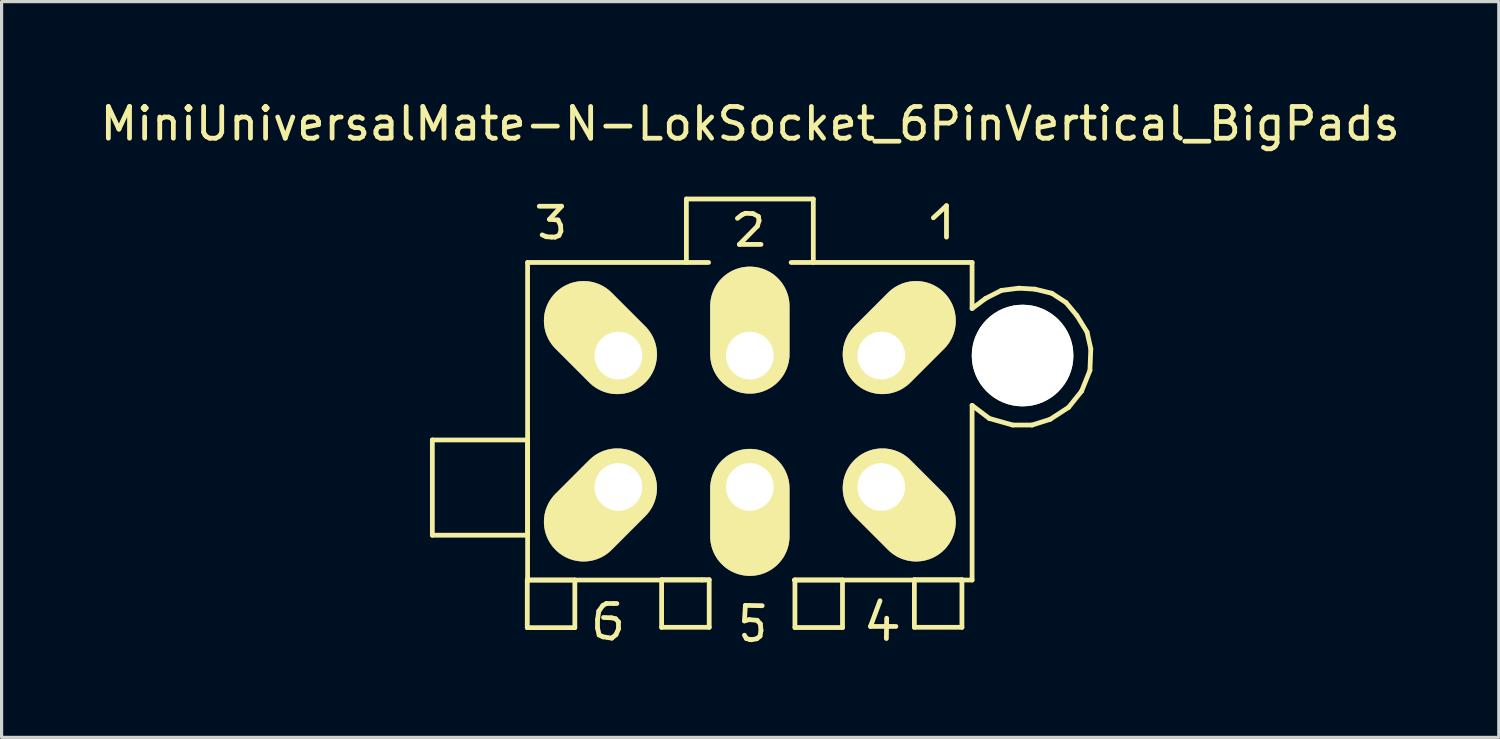
<source format=kicad_pcb>
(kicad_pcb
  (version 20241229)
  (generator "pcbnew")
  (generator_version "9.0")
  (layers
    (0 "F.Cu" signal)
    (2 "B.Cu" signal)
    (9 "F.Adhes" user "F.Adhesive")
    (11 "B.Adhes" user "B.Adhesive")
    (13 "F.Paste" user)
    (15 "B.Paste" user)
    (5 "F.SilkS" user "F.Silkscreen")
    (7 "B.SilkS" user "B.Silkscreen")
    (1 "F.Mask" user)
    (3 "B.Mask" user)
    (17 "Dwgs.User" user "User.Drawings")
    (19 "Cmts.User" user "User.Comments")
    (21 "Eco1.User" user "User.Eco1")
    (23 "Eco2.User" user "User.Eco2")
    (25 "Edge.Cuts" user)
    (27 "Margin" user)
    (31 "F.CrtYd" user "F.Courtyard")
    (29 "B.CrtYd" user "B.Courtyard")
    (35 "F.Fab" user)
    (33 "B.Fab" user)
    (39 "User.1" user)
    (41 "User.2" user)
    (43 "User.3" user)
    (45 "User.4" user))
  (footprint "MiniUniversalMate-N-LokSocket_6PinVertical_BigPads"
    (layer "F.Cu")
    (at 20.567 10.218)
    (property "Reference" "MiniUniversalMate-N-LokSocket_6PinVertical_BigPads" (at 0.01 -9.37 0) (layer "F.SilkS") (effects (font (size 1 1) (thickness 0.15))))
    (attr through_hole)
    (fp_line (start -10 0.589) (end -7 0.589) (stroke (width 0.15) (type solid)) (layer "F.SilkS"))
    (fp_line (start -10 3.589) (end -10 0.589) (stroke (width 0.15) (type solid)) (layer "F.SilkS"))
    (fp_line (start -7.01 5.001) (end -5.512 5.001) (stroke (width 0.15) (type solid)) (layer "F.SilkS"))
    (fp_line (start -7.01 6.5) (end -7.01 5.001) (stroke (width 0.15) (type solid)) (layer "F.SilkS"))
    (fp_line (start -7 0.589) (end -7 3.589) (stroke (width 0.15) (type solid)) (layer "F.SilkS"))
    (fp_line (start -7 3.589) (end -10 3.589) (stroke (width 0.15) (type solid)) (layer "F.SilkS"))
    (fp_line (start -7 5.001) (end -7 -5.001) (stroke (width 0.15) (type solid)) (layer "F.SilkS"))
    (fp_line (start -7 5.001) (end -1.501 5.001) (stroke (width 0.15) (type solid)) (layer "F.SilkS"))
    (fp_line (start -6.632 -6.772) (end -5.931 -6.772) (stroke (width 0.15) (type solid)) (layer "F.SilkS"))
    (fp_line (start -6.411 -5.812) (end -6.54 -5.87) (stroke (width 0.15) (type solid)) (layer "F.SilkS"))
    (fp_line (start -6.312 -6.36) (end -6.043 -6.34) (stroke (width 0.15) (type solid)) (layer "F.SilkS"))
    (fp_line (start -6.241 -5.801) (end -6.411 -5.812) (stroke (width 0.15) (type solid)) (layer "F.SilkS"))
    (fp_line (start -6.132 -5.801) (end -6.241 -5.801) (stroke (width 0.15) (type solid)) (layer "F.SilkS"))
    (fp_line (start -6.043 -6.34) (end -5.961 -6.172) (stroke (width 0.15) (type solid)) (layer "F.SilkS"))
    (fp_line (start -6.012 -5.852) (end -6.132 -5.801) (stroke (width 0.15) (type solid)) (layer "F.SilkS"))
    (fp_line (start -5.961 -6.172) (end -5.951 -5.982) (stroke (width 0.15) (type solid)) (layer "F.SilkS"))
    (fp_line (start -5.951 -5.982) (end -6.012 -5.852) (stroke (width 0.15) (type solid)) (layer "F.SilkS"))
    (fp_line (start -5.931 -6.772) (end -6.312 -6.36) (stroke (width 0.15) (type solid)) (layer "F.SilkS"))
    (fp_line (start -5.512 5.001) (end -5.512 6.5) (stroke (width 0.15) (type solid)) (layer "F.SilkS"))
    (fp_line (start -5.512 6.5) (end -7.01 6.5) (stroke (width 0.15) (type solid)) (layer "F.SilkS"))
    (fp_line (start -4.798 6.251) (end -4.798 6.51) (stroke (width 0.15) (type solid)) (layer "F.SilkS"))
    (fp_line (start -4.798 6.51) (end -4.747 6.731) (stroke (width 0.15) (type solid)) (layer "F.SilkS"))
    (fp_line (start -4.757 5.979) (end -4.798 6.251) (stroke (width 0.15) (type solid)) (layer "F.SilkS"))
    (fp_line (start -4.747 6.731) (end -4.628 6.789) (stroke (width 0.15) (type solid)) (layer "F.SilkS"))
    (fp_line (start -4.628 5.801) (end -4.757 5.979) (stroke (width 0.15) (type solid)) (layer "F.SilkS"))
    (fp_line (start -4.628 6.789) (end -4.348 6.83) (stroke (width 0.15) (type solid)) (layer "F.SilkS"))
    (fp_line (start -4.519 5.74) (end -4.628 5.801) (stroke (width 0.15) (type solid)) (layer "F.SilkS"))
    (fp_line (start -4.359 6.19) (end -4.608 6.18) (stroke (width 0.15) (type solid)) (layer "F.SilkS"))
    (fp_line (start -4.348 6.83) (end -4.216 6.721) (stroke (width 0.15) (type solid)) (layer "F.SilkS"))
    (fp_line (start -4.288 5.74) (end -4.519 5.74) (stroke (width 0.15) (type solid)) (layer "F.SilkS"))
    (fp_line (start -4.227 6.22) (end -4.359 6.19) (stroke (width 0.15) (type solid)) (layer "F.SilkS"))
    (fp_line (start -4.216 6.721) (end -4.138 6.54) (stroke (width 0.15) (type solid)) (layer "F.SilkS"))
    (fp_line (start -4.188 5.74) (end -4.288 5.74) (stroke (width 0.15) (type solid)) (layer "F.SilkS"))
    (fp_line (start -4.138 6.32) (end -4.227 6.22) (stroke (width 0.15) (type solid)) (layer "F.SilkS"))
    (fp_line (start -4.138 6.54) (end -4.138 6.32) (stroke (width 0.15) (type solid)) (layer "F.SilkS"))
    (fp_line (start -2.779 4.991) (end -1.28 4.991) (stroke (width 0.15) (type solid)) (layer "F.SilkS"))
    (fp_line (start -2.779 6.49) (end -2.779 4.991) (stroke (width 0.15) (type solid)) (layer "F.SilkS"))
    (fp_line (start -1.999 -7) (end -1.999 -5.001) (stroke (width 0.15) (type solid)) (layer "F.SilkS"))
    (fp_line (start -1.501 5.001) (end -1.4 5.001) (stroke (width 0.15) (type solid)) (layer "F.SilkS"))
    (fp_line (start -1.3 -5.001) (end -7 -5.001) (stroke (width 0.15) (type solid)) (layer "F.SilkS"))
    (fp_line (start -1.28 4.991) (end -1.28 6.49) (stroke (width 0.15) (type solid)) (layer "F.SilkS"))
    (fp_line (start -1.28 6.49) (end -2.779 6.49) (stroke (width 0.15) (type solid)) (layer "F.SilkS"))
    (fp_line (start -0.391 -6.391) (end -0.251 -6.5) (stroke (width 0.15) (type solid)) (layer "F.SilkS"))
    (fp_line (start -0.33 -5.57) (end 0.351 -5.57) (stroke (width 0.15) (type solid)) (layer "F.SilkS"))
    (fp_line (start -0.251 -6.5) (end -0.14 -6.551) (stroke (width 0.15) (type solid)) (layer "F.SilkS"))
    (fp_line (start -0.17 6.289) (end -0.02 6.248) (stroke (width 0.15) (type solid)) (layer "F.SilkS"))
    (fp_line (start -0.14 -6.551) (end 0.099 -6.54) (stroke (width 0.15) (type solid)) (layer "F.SilkS"))
    (fp_line (start -0.14 5.799) (end -0.17 6.289) (stroke (width 0.15) (type solid)) (layer "F.SilkS"))
    (fp_line (start -0.112 6.84) (end -0.17 6.739) (stroke (width 0.15) (type solid)) (layer "F.SilkS"))
    (fp_line (start -0.02 6.248) (end 0.229 6.269) (stroke (width 0.15) (type solid)) (layer "F.SilkS"))
    (fp_line (start -0.01 6.871) (end -0.112 6.84) (stroke (width 0.15) (type solid)) (layer "F.SilkS"))
    (fp_line (start 0.048 6.881) (end -0.01 6.871) (stroke (width 0.15) (type solid)) (layer "F.SilkS"))
    (fp_line (start 0.099 -6.54) (end 0.269 -6.449) (stroke (width 0.15) (type solid)) (layer "F.SilkS"))
    (fp_line (start 0.218 6.85) (end 0.048 6.881) (stroke (width 0.15) (type solid)) (layer "F.SilkS"))
    (fp_line (start 0.229 6.269) (end 0.33 6.38) (stroke (width 0.15) (type solid)) (layer "F.SilkS"))
    (fp_line (start 0.239 -6.149) (end -0.33 -5.57) (stroke (width 0.15) (type solid)) (layer "F.SilkS"))
    (fp_line (start 0.269 -6.449) (end 0.29 -6.32) (stroke (width 0.15) (type solid)) (layer "F.SilkS"))
    (fp_line (start 0.29 -6.32) (end 0.239 -6.149) (stroke (width 0.15) (type solid)) (layer "F.SilkS"))
    (fp_line (start 0.32 6.769) (end 0.218 6.85) (stroke (width 0.15) (type solid)) (layer "F.SilkS"))
    (fp_line (start 0.33 6.38) (end 0.351 6.589) (stroke (width 0.15) (type solid)) (layer "F.SilkS"))
    (fp_line (start 0.351 6.589) (end 0.32 6.769) (stroke (width 0.15) (type solid)) (layer "F.SilkS"))
    (fp_line (start 0.389 5.809) (end -0.14 5.799) (stroke (width 0.15) (type solid)) (layer "F.SilkS"))
    (fp_line (start 1.4 5.001) (end 7 5.001) (stroke (width 0.15) (type solid)) (layer "F.SilkS"))
    (fp_line (start 1.42 4.999) (end 2.918 4.999) (stroke (width 0.15) (type solid)) (layer "F.SilkS"))
    (fp_line (start 1.42 6.497) (end 1.42 4.999) (stroke (width 0.15) (type solid)) (layer "F.SilkS"))
    (fp_line (start 1.999 -7) (end -1.999 -7) (stroke (width 0.15) (type solid)) (layer "F.SilkS"))
    (fp_line (start 1.999 -5.001) (end 1.999 -7) (stroke (width 0.15) (type solid)) (layer "F.SilkS"))
    (fp_line (start 2.918 4.999) (end 2.918 6.497) (stroke (width 0.15) (type solid)) (layer "F.SilkS"))
    (fp_line (start 2.918 6.497) (end 1.42 6.497) (stroke (width 0.15) (type solid)) (layer "F.SilkS"))
    (fp_line (start 3.8 6.462) (end 4.6 6.462) (stroke (width 0.15) (type solid)) (layer "F.SilkS"))
    (fp_line (start 4.1 5.654) (end 3.8 6.462) (stroke (width 0.15) (type solid)) (layer "F.SilkS"))
    (fp_line (start 4.3 6.843) (end 4.31 6.203) (stroke (width 0.15) (type solid)) (layer "F.SilkS"))
    (fp_line (start 5.182 4.991) (end 6.68 4.991) (stroke (width 0.15) (type solid)) (layer "F.SilkS"))
    (fp_line (start 5.182 6.49) (end 5.182 4.991) (stroke (width 0.15) (type solid)) (layer "F.SilkS"))
    (fp_line (start 5.781 -6.408) (end 6.193 -6.789) (stroke (width 0.15) (type solid)) (layer "F.SilkS"))
    (fp_line (start 6.193 -6.789) (end 6.193 -5.799) (stroke (width 0.15) (type solid)) (layer "F.SilkS"))
    (fp_line (start 6.68 4.991) (end 6.68 6.49) (stroke (width 0.15) (type solid)) (layer "F.SilkS"))
    (fp_line (start 6.68 6.49) (end 5.182 6.49) (stroke (width 0.15) (type solid)) (layer "F.SilkS"))
    (fp_line (start 7 -5.001) (end 1.3 -5.001) (stroke (width 0.15) (type solid)) (layer "F.SilkS"))
    (fp_line (start 7 -5.001) (end 7 -3.551) (stroke (width 0.15) (type solid)) (layer "F.SilkS"))
    (fp_line (start 7 -0.5) (end 7.541 -0.089) (stroke (width 0.15) (type solid)) (layer "F.SilkS"))
    (fp_line (start 7 5.001) (end 7 -0.5) (stroke (width 0.15) (type solid)) (layer "F.SilkS"))
    (fp_line (start 7.429 -3.871) (end 7 -3.551) (stroke (width 0.15) (type solid)) (layer "F.SilkS"))
    (fp_line (start 7.541 -0.089) (end 8.28 0.119) (stroke (width 0.15) (type solid)) (layer "F.SilkS"))
    (fp_line (start 7.92 -4.12) (end 7.429 -3.871) (stroke (width 0.15) (type solid)) (layer "F.SilkS"))
    (fp_line (start 8.28 0.119) (end 8.89 0.119) (stroke (width 0.15) (type solid)) (layer "F.SilkS"))
    (fp_line (start 8.471 -4.191) (end 7.92 -4.12) (stroke (width 0.15) (type solid)) (layer "F.SilkS"))
    (fp_line (start 8.89 0.119) (end 9.459 -0.061) (stroke (width 0.15) (type solid)) (layer "F.SilkS"))
    (fp_line (start 8.979 -4.161) (end 8.471 -4.191) (stroke (width 0.15) (type solid)) (layer "F.SilkS"))
    (fp_line (start 9.459 -0.061) (end 10.041 -0.439) (stroke (width 0.15) (type solid)) (layer "F.SilkS"))
    (fp_line (start 9.51 -4.031) (end 8.979 -4.161) (stroke (width 0.15) (type solid)) (layer "F.SilkS"))
    (fp_line (start 9.959 -3.739) (end 9.51 -4.031) (stroke (width 0.15) (type solid)) (layer "F.SilkS"))
    (fp_line (start 10.041 -0.439) (end 10.45 -0.95) (stroke (width 0.15) (type solid)) (layer "F.SilkS"))
    (fp_line (start 10.3 -3.33) (end 9.959 -3.739) (stroke (width 0.15) (type solid)) (layer "F.SilkS"))
    (fp_line (start 10.45 -0.95) (end 10.711 -1.6) (stroke (width 0.15) (type solid)) (layer "F.SilkS"))
    (fp_line (start 10.62 -2.809) (end 10.3 -3.33) (stroke (width 0.15) (type solid)) (layer "F.SilkS"))
    (fp_line (start 10.711 -1.6) (end 10.739 -2.281) (stroke (width 0.15) (type solid)) (layer "F.SilkS"))
    (fp_line (start 10.739 -2.281) (end 10.62 -2.809) (stroke (width 0.15) (type solid)) (layer "F.SilkS"))
    (pad "" np_thru_hole circle (at 8.59 -2.07) (size 3.2 3.2) (drill 3.2) (layers "*.Cu" "*.Mask" "F.SilkS"))
    (pad "1" thru_hole oval (at 4.14 -2.07 45) (size 4 2.499) (drill 1.501 (offset 0.8 0)) (layers "*.Cu" "*.Mask" "F.SilkS"))
    (pad "2" thru_hole oval (at 0 -2.07 90) (size 4 2.499) (drill 1.501 (offset 0.8 0)) (layers "*.Cu" "*.Mask" "F.SilkS"))
    (pad "3" thru_hole oval (at -4.14 -2.07 315) (size 4 2.499) (drill 1.501 (offset -0.8 0)) (layers "*.Cu" "*.Mask" "F.SilkS"))
    (pad "4" thru_hole oval (at 4.14 2.07 315) (size 4 2.499) (drill 1.501 (offset 0.8 0)) (layers "*.Cu" "*.Mask" "F.SilkS"))
    (pad "5" thru_hole oval (at 0 2.07 90) (size 4 2.499) (drill 1.501 (offset -0.8 0)) (layers "*.Cu" "*.Mask" "F.SilkS"))
    (pad "6" thru_hole oval (at -4.14 2.07 45) (size 4 2.499) (drill 1.501 (offset -0.8 0)) (layers "*.Cu" "*.Mask" "F.SilkS")))
  (gr_rect
    (start -3 -3)
    (end 44.155 20.174)
    (stroke (width 0.1) (type default))
    (fill no)
    (layer "Edge.Cuts")))
</source>
